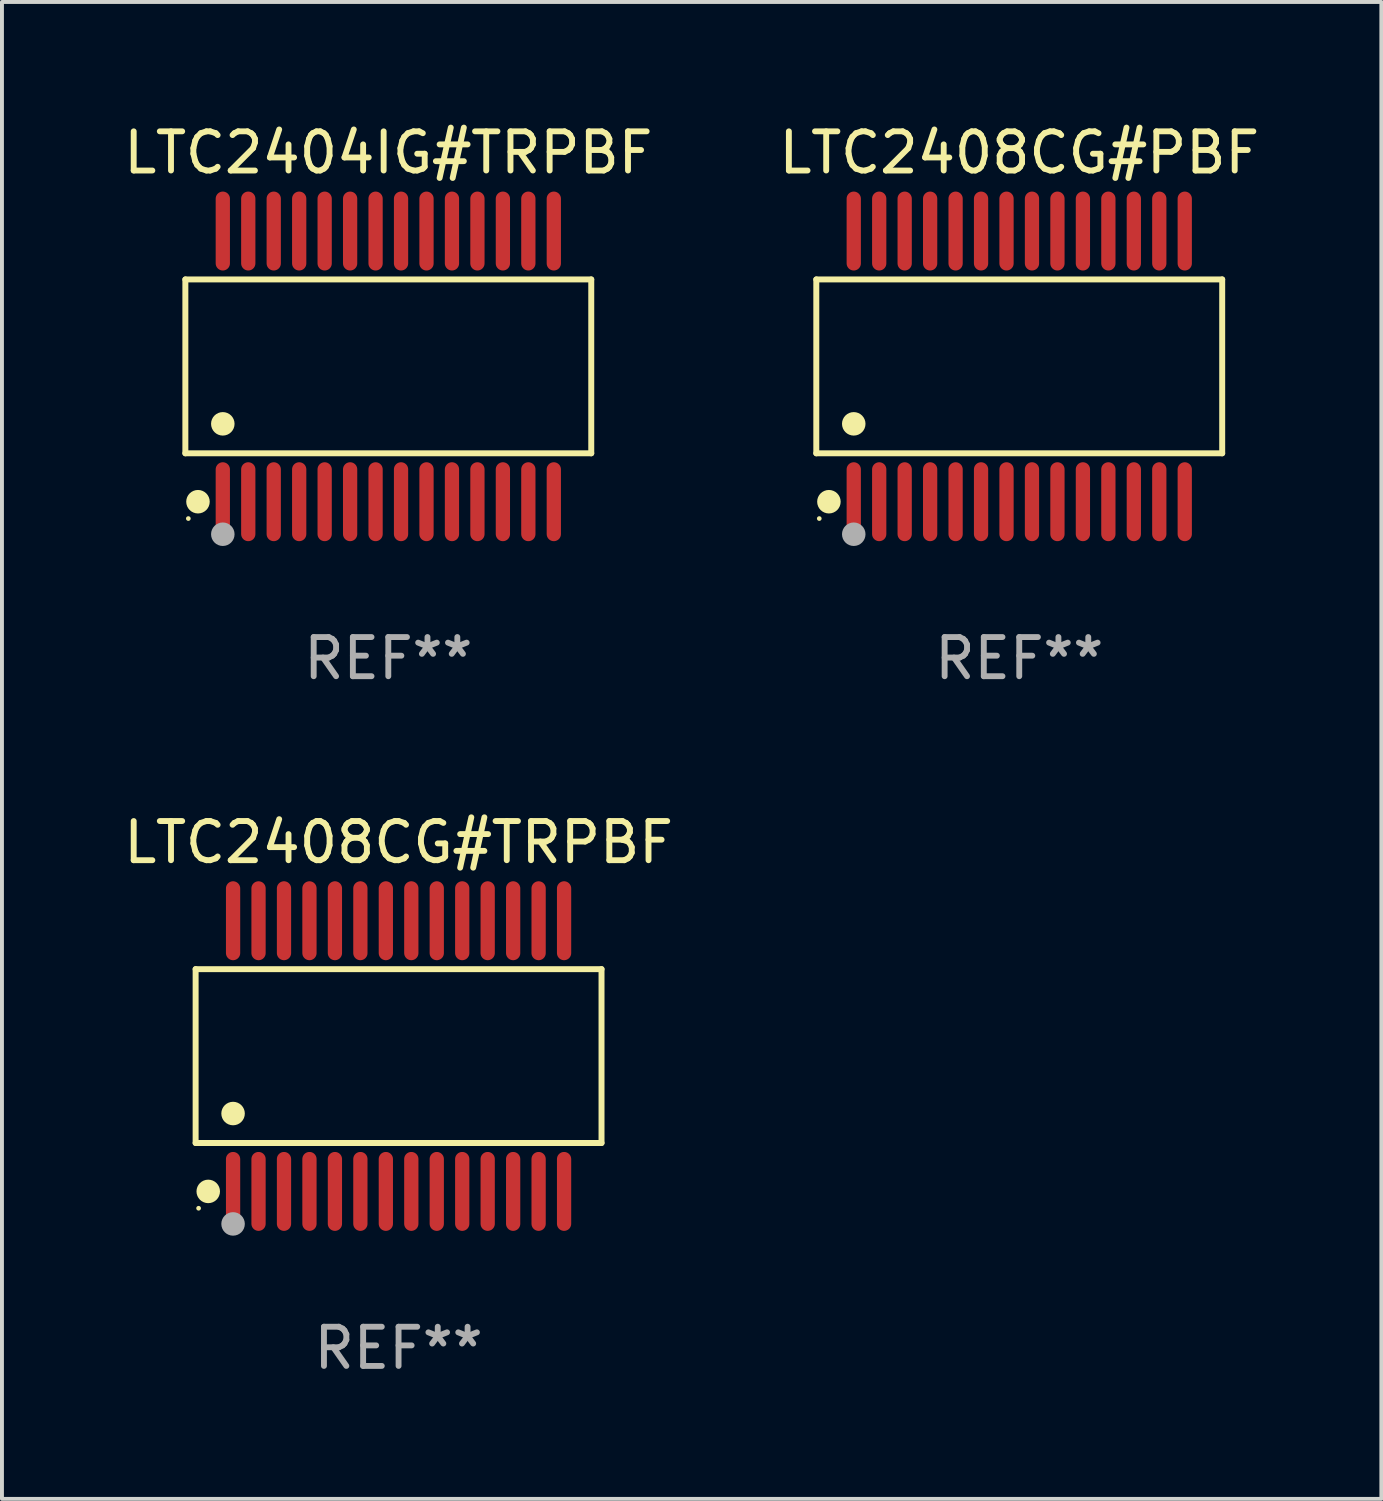
<source format=kicad_pcb>
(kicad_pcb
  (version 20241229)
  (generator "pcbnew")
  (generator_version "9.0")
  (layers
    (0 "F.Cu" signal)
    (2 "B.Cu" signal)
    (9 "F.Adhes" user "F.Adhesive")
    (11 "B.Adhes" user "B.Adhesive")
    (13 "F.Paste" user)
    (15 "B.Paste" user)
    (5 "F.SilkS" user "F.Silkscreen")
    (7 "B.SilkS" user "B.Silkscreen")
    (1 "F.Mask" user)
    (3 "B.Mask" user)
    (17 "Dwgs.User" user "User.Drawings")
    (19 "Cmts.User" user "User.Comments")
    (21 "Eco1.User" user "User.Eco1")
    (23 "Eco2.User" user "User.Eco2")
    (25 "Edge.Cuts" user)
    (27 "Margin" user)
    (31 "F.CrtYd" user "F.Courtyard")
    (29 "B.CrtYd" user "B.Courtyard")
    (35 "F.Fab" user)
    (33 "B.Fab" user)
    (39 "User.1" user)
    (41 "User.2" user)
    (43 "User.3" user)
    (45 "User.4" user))
  (footprint "LTC2404IG#TRPBF"
    (layer "F.Cu")
    (at 6.863 6.303)
    (property "Reference" "LTC2404IG#TRPBF" (at 0 -5.455 0) (layer "F.SilkS") (effects (font (size 1 1) (thickness 0.15))))
    (attr through_hole)
    (fp_line (start -5.181 -2.219) (end 5.181 -2.219) (stroke (width 0.152) (type solid)) (layer "F.SilkS"))
    (fp_line (start -5.181 2.219) (end -5.181 -2.219) (stroke (width 0.152) (type solid)) (layer "F.SilkS"))
    (fp_line (start 5.181 -2.219) (end 5.181 2.219) (stroke (width 0.152) (type solid)) (layer "F.SilkS"))
    (fp_line (start 5.181 2.219) (end -5.181 2.219) (stroke (width 0.152) (type solid)) (layer "F.SilkS"))
    (fp_circle (center -5.105 3.885) (end -5.075 3.885) (stroke (width 0.06) (type solid)) (fill no) (layer "F.SilkS"))
    (fp_circle (center -4.859 3.455) (end -4.709 3.455) (stroke (width 0.3) (type solid)) (fill no) (layer "F.SilkS"))
    (fp_circle (center -4.225 1.467) (end -4.075 1.467) (stroke (width 0.3) (type solid)) (fill no) (layer "F.SilkS"))
    (fp_circle (center -4.225 4.285) (end -4.075 4.285) (stroke (width 0.3) (type solid)) (fill no) (layer "F.Fab"))
    (fp_text user "REF**" (at 0 7.455 0) (layer "F.Fab") (effects (font (size 1 1) (thickness 0.15))))
    (pad "1" smd oval (at -4.225 3.455) (size 0.364 2.015) (layers "F.Cu" "F.Mask" "F.Paste"))
    (pad "2" smd oval (at -3.575 3.455) (size 0.364 2.015) (layers "F.Cu" "F.Mask" "F.Paste"))
    (pad "3" smd oval (at -2.925 3.455) (size 0.364 2.015) (layers "F.Cu" "F.Mask" "F.Paste"))
    (pad "4" smd oval (at -2.275 3.455) (size 0.364 2.015) (layers "F.Cu" "F.Mask" "F.Paste"))
    (pad "5" smd oval (at -1.625 3.455) (size 0.364 2.015) (layers "F.Cu" "F.Mask" "F.Paste"))
    (pad "6" smd oval (at -0.975 3.455) (size 0.364 2.015) (layers "F.Cu" "F.Mask" "F.Paste"))
    (pad "7" smd oval (at -0.325 3.455) (size 0.364 2.015) (layers "F.Cu" "F.Mask" "F.Paste"))
    (pad "8" smd oval (at 0.325 3.455) (size 0.364 2.015) (layers "F.Cu" "F.Mask" "F.Paste"))
    (pad "9" smd oval (at 0.975 3.455) (size 0.364 2.015) (layers "F.Cu" "F.Mask" "F.Paste"))
    (pad "10" smd oval (at 1.625 3.455) (size 0.364 2.015) (layers "F.Cu" "F.Mask" "F.Paste"))
    (pad "11" smd oval (at 2.275 3.455) (size 0.364 2.015) (layers "F.Cu" "F.Mask" "F.Paste"))
    (pad "12" smd oval (at 2.925 3.455) (size 0.364 2.015) (layers "F.Cu" "F.Mask" "F.Paste"))
    (pad "13" smd oval (at 3.575 3.455) (size 0.364 2.015) (layers "F.Cu" "F.Mask" "F.Paste"))
    (pad "14" smd oval (at 4.225 3.455) (size 0.364 2.015) (layers "F.Cu" "F.Mask" "F.Paste"))
    (pad "15" smd oval (at 4.225 -3.455) (size 0.364 2.015) (layers "F.Cu" "F.Mask" "F.Paste"))
    (pad "16" smd oval (at 3.575 -3.455) (size 0.364 2.015) (layers "F.Cu" "F.Mask" "F.Paste"))
    (pad "17" smd oval (at 2.925 -3.455) (size 0.364 2.015) (layers "F.Cu" "F.Mask" "F.Paste"))
    (pad "18" smd oval (at 2.275 -3.455) (size 0.364 2.015) (layers "F.Cu" "F.Mask" "F.Paste"))
    (pad "19" smd oval (at 1.625 -3.455) (size 0.364 2.015) (layers "F.Cu" "F.Mask" "F.Paste"))
    (pad "20" smd oval (at 0.975 -3.455) (size 0.364 2.015) (layers "F.Cu" "F.Mask" "F.Paste"))
    (pad "21" smd oval (at 0.325 -3.455) (size 0.364 2.015) (layers "F.Cu" "F.Mask" "F.Paste"))
    (pad "22" smd oval (at -0.325 -3.455) (size 0.364 2.015) (layers "F.Cu" "F.Mask" "F.Paste"))
    (pad "23" smd oval (at -0.975 -3.455) (size 0.364 2.015) (layers "F.Cu" "F.Mask" "F.Paste"))
    (pad "24" smd oval (at -1.625 -3.455) (size 0.364 2.015) (layers "F.Cu" "F.Mask" "F.Paste"))
    (pad "25" smd oval (at -2.275 -3.455) (size 0.364 2.015) (layers "F.Cu" "F.Mask" "F.Paste"))
    (pad "26" smd oval (at -2.925 -3.455) (size 0.364 2.015) (layers "F.Cu" "F.Mask" "F.Paste"))
    (pad "27" smd oval (at -3.575 -3.455) (size 0.364 2.015) (layers "F.Cu" "F.Mask" "F.Paste"))
    (pad "28" smd oval (at -4.225 -3.455) (size 0.364 2.015) (layers "F.Cu" "F.Mask" "F.Paste")))
  (footprint "LTC2408CG#TRPBF"
    (layer "F.Cu")
    (at 7.125 23.91)
    (property "Reference" "LTC2408CG#TRPBF" (at 0 -5.455 0) (layer "F.SilkS") (effects (font (size 1 1) (thickness 0.15))))
    (attr through_hole)
    (fp_line (start -5.181 -2.219) (end 5.181 -2.219) (stroke (width 0.152) (type solid)) (layer "F.SilkS"))
    (fp_line (start -5.181 2.219) (end -5.181 -2.219) (stroke (width 0.152) (type solid)) (layer "F.SilkS"))
    (fp_line (start 5.181 -2.219) (end 5.181 2.219) (stroke (width 0.152) (type solid)) (layer "F.SilkS"))
    (fp_line (start 5.181 2.219) (end -5.181 2.219) (stroke (width 0.152) (type solid)) (layer "F.SilkS"))
    (fp_circle (center -5.105 3.885) (end -5.075 3.885) (stroke (width 0.06) (type solid)) (fill no) (layer "F.SilkS"))
    (fp_circle (center -4.859 3.455) (end -4.709 3.455) (stroke (width 0.3) (type solid)) (fill no) (layer "F.SilkS"))
    (fp_circle (center -4.225 1.467) (end -4.075 1.467) (stroke (width 0.3) (type solid)) (fill no) (layer "F.SilkS"))
    (fp_circle (center -4.225 4.285) (end -4.075 4.285) (stroke (width 0.3) (type solid)) (fill no) (layer "F.Fab"))
    (fp_text user "REF**" (at 0 7.455 0) (layer "F.Fab") (effects (font (size 1 1) (thickness 0.15))))
    (pad "1" smd oval (at -4.225 3.455) (size 0.364 2.015) (layers "F.Cu" "F.Mask" "F.Paste"))
    (pad "2" smd oval (at -3.575 3.455) (size 0.364 2.015) (layers "F.Cu" "F.Mask" "F.Paste"))
    (pad "3" smd oval (at -2.925 3.455) (size 0.364 2.015) (layers "F.Cu" "F.Mask" "F.Paste"))
    (pad "4" smd oval (at -2.275 3.455) (size 0.364 2.015) (layers "F.Cu" "F.Mask" "F.Paste"))
    (pad "5" smd oval (at -1.625 3.455) (size 0.364 2.015) (layers "F.Cu" "F.Mask" "F.Paste"))
    (pad "6" smd oval (at -0.975 3.455) (size 0.364 2.015) (layers "F.Cu" "F.Mask" "F.Paste"))
    (pad "7" smd oval (at -0.325 3.455) (size 0.364 2.015) (layers "F.Cu" "F.Mask" "F.Paste"))
    (pad "8" smd oval (at 0.325 3.455) (size 0.364 2.015) (layers "F.Cu" "F.Mask" "F.Paste"))
    (pad "9" smd oval (at 0.975 3.455) (size 0.364 2.015) (layers "F.Cu" "F.Mask" "F.Paste"))
    (pad "10" smd oval (at 1.625 3.455) (size 0.364 2.015) (layers "F.Cu" "F.Mask" "F.Paste"))
    (pad "11" smd oval (at 2.275 3.455) (size 0.364 2.015) (layers "F.Cu" "F.Mask" "F.Paste"))
    (pad "12" smd oval (at 2.925 3.455) (size 0.364 2.015) (layers "F.Cu" "F.Mask" "F.Paste"))
    (pad "13" smd oval (at 3.575 3.455) (size 0.364 2.015) (layers "F.Cu" "F.Mask" "F.Paste"))
    (pad "14" smd oval (at 4.225 3.455) (size 0.364 2.015) (layers "F.Cu" "F.Mask" "F.Paste"))
    (pad "15" smd oval (at 4.225 -3.455) (size 0.364 2.015) (layers "F.Cu" "F.Mask" "F.Paste"))
    (pad "16" smd oval (at 3.575 -3.455) (size 0.364 2.015) (layers "F.Cu" "F.Mask" "F.Paste"))
    (pad "17" smd oval (at 2.925 -3.455) (size 0.364 2.015) (layers "F.Cu" "F.Mask" "F.Paste"))
    (pad "18" smd oval (at 2.275 -3.455) (size 0.364 2.015) (layers "F.Cu" "F.Mask" "F.Paste"))
    (pad "19" smd oval (at 1.625 -3.455) (size 0.364 2.015) (layers "F.Cu" "F.Mask" "F.Paste"))
    (pad "20" smd oval (at 0.975 -3.455) (size 0.364 2.015) (layers "F.Cu" "F.Mask" "F.Paste"))
    (pad "21" smd oval (at 0.325 -3.455) (size 0.364 2.015) (layers "F.Cu" "F.Mask" "F.Paste"))
    (pad "22" smd oval (at -0.325 -3.455) (size 0.364 2.015) (layers "F.Cu" "F.Mask" "F.Paste"))
    (pad "23" smd oval (at -0.975 -3.455) (size 0.364 2.015) (layers "F.Cu" "F.Mask" "F.Paste"))
    (pad "24" smd oval (at -1.625 -3.455) (size 0.364 2.015) (layers "F.Cu" "F.Mask" "F.Paste"))
    (pad "25" smd oval (at -2.275 -3.455) (size 0.364 2.015) (layers "F.Cu" "F.Mask" "F.Paste"))
    (pad "26" smd oval (at -2.925 -3.455) (size 0.364 2.015) (layers "F.Cu" "F.Mask" "F.Paste"))
    (pad "27" smd oval (at -3.575 -3.455) (size 0.364 2.015) (layers "F.Cu" "F.Mask" "F.Paste"))
    (pad "28" smd oval (at -4.225 -3.455) (size 0.364 2.015) (layers "F.Cu" "F.Mask" "F.Paste")))
  (footprint "LTC2408CG#PBF"
    (layer "F.Cu")
    (at 22.97 6.303)
    (property "Reference" "LTC2408CG#PBF" (at 0 -5.455 0) (layer "F.SilkS") (effects (font (size 1 1) (thickness 0.15))))
    (attr through_hole)
    (fp_line (start -5.181 -2.219) (end 5.181 -2.219) (stroke (width 0.152) (type solid)) (layer "F.SilkS"))
    (fp_line (start -5.181 2.219) (end -5.181 -2.219) (stroke (width 0.152) (type solid)) (layer "F.SilkS"))
    (fp_line (start 5.181 -2.219) (end 5.181 2.219) (stroke (width 0.152) (type solid)) (layer "F.SilkS"))
    (fp_line (start 5.181 2.219) (end -5.181 2.219) (stroke (width 0.152) (type solid)) (layer "F.SilkS"))
    (fp_circle (center -5.105 3.885) (end -5.075 3.885) (stroke (width 0.06) (type solid)) (fill no) (layer "F.SilkS"))
    (fp_circle (center -4.859 3.455) (end -4.709 3.455) (stroke (width 0.3) (type solid)) (fill no) (layer "F.SilkS"))
    (fp_circle (center -4.225 1.467) (end -4.075 1.467) (stroke (width 0.3) (type solid)) (fill no) (layer "F.SilkS"))
    (fp_circle (center -4.225 4.285) (end -4.075 4.285) (stroke (width 0.3) (type solid)) (fill no) (layer "F.Fab"))
    (fp_text user "REF**" (at 0 7.455 0) (layer "F.Fab") (effects (font (size 1 1) (thickness 0.15))))
    (pad "1" smd oval (at -4.225 3.455) (size 0.364 2.015) (layers "F.Cu" "F.Mask" "F.Paste"))
    (pad "2" smd oval (at -3.575 3.455) (size 0.364 2.015) (layers "F.Cu" "F.Mask" "F.Paste"))
    (pad "3" smd oval (at -2.925 3.455) (size 0.364 2.015) (layers "F.Cu" "F.Mask" "F.Paste"))
    (pad "4" smd oval (at -2.275 3.455) (size 0.364 2.015) (layers "F.Cu" "F.Mask" "F.Paste"))
    (pad "5" smd oval (at -1.625 3.455) (size 0.364 2.015) (layers "F.Cu" "F.Mask" "F.Paste"))
    (pad "6" smd oval (at -0.975 3.455) (size 0.364 2.015) (layers "F.Cu" "F.Mask" "F.Paste"))
    (pad "7" smd oval (at -0.325 3.455) (size 0.364 2.015) (layers "F.Cu" "F.Mask" "F.Paste"))
    (pad "8" smd oval (at 0.325 3.455) (size 0.364 2.015) (layers "F.Cu" "F.Mask" "F.Paste"))
    (pad "9" smd oval (at 0.975 3.455) (size 0.364 2.015) (layers "F.Cu" "F.Mask" "F.Paste"))
    (pad "10" smd oval (at 1.625 3.455) (size 0.364 2.015) (layers "F.Cu" "F.Mask" "F.Paste"))
    (pad "11" smd oval (at 2.275 3.455) (size 0.364 2.015) (layers "F.Cu" "F.Mask" "F.Paste"))
    (pad "12" smd oval (at 2.925 3.455) (size 0.364 2.015) (layers "F.Cu" "F.Mask" "F.Paste"))
    (pad "13" smd oval (at 3.575 3.455) (size 0.364 2.015) (layers "F.Cu" "F.Mask" "F.Paste"))
    (pad "14" smd oval (at 4.225 3.455) (size 0.364 2.015) (layers "F.Cu" "F.Mask" "F.Paste"))
    (pad "15" smd oval (at 4.225 -3.455) (size 0.364 2.015) (layers "F.Cu" "F.Mask" "F.Paste"))
    (pad "16" smd oval (at 3.575 -3.455) (size 0.364 2.015) (layers "F.Cu" "F.Mask" "F.Paste"))
    (pad "17" smd oval (at 2.925 -3.455) (size 0.364 2.015) (layers "F.Cu" "F.Mask" "F.Paste"))
    (pad "18" smd oval (at 2.275 -3.455) (size 0.364 2.015) (layers "F.Cu" "F.Mask" "F.Paste"))
    (pad "19" smd oval (at 1.625 -3.455) (size 0.364 2.015) (layers "F.Cu" "F.Mask" "F.Paste"))
    (pad "20" smd oval (at 0.975 -3.455) (size 0.364 2.015) (layers "F.Cu" "F.Mask" "F.Paste"))
    (pad "21" smd oval (at 0.325 -3.455) (size 0.364 2.015) (layers "F.Cu" "F.Mask" "F.Paste"))
    (pad "22" smd oval (at -0.325 -3.455) (size 0.364 2.015) (layers "F.Cu" "F.Mask" "F.Paste"))
    (pad "23" smd oval (at -0.975 -3.455) (size 0.364 2.015) (layers "F.Cu" "F.Mask" "F.Paste"))
    (pad "24" smd oval (at -1.625 -3.455) (size 0.364 2.015) (layers "F.Cu" "F.Mask" "F.Paste"))
    (pad "25" smd oval (at -2.275 -3.455) (size 0.364 2.015) (layers "F.Cu" "F.Mask" "F.Paste"))
    (pad "26" smd oval (at -2.925 -3.455) (size 0.364 2.015) (layers "F.Cu" "F.Mask" "F.Paste"))
    (pad "27" smd oval (at -3.575 -3.455) (size 0.364 2.015) (layers "F.Cu" "F.Mask" "F.Paste"))
    (pad "28" smd oval (at -4.225 -3.455) (size 0.364 2.015) (layers "F.Cu" "F.Mask" "F.Paste")))
  (gr_rect
    (start -3 -3)
    (end 32.214 35.214)
    (stroke (width 0.1) (type default))
    (fill no)
    (layer "Edge.Cuts")))
</source>
